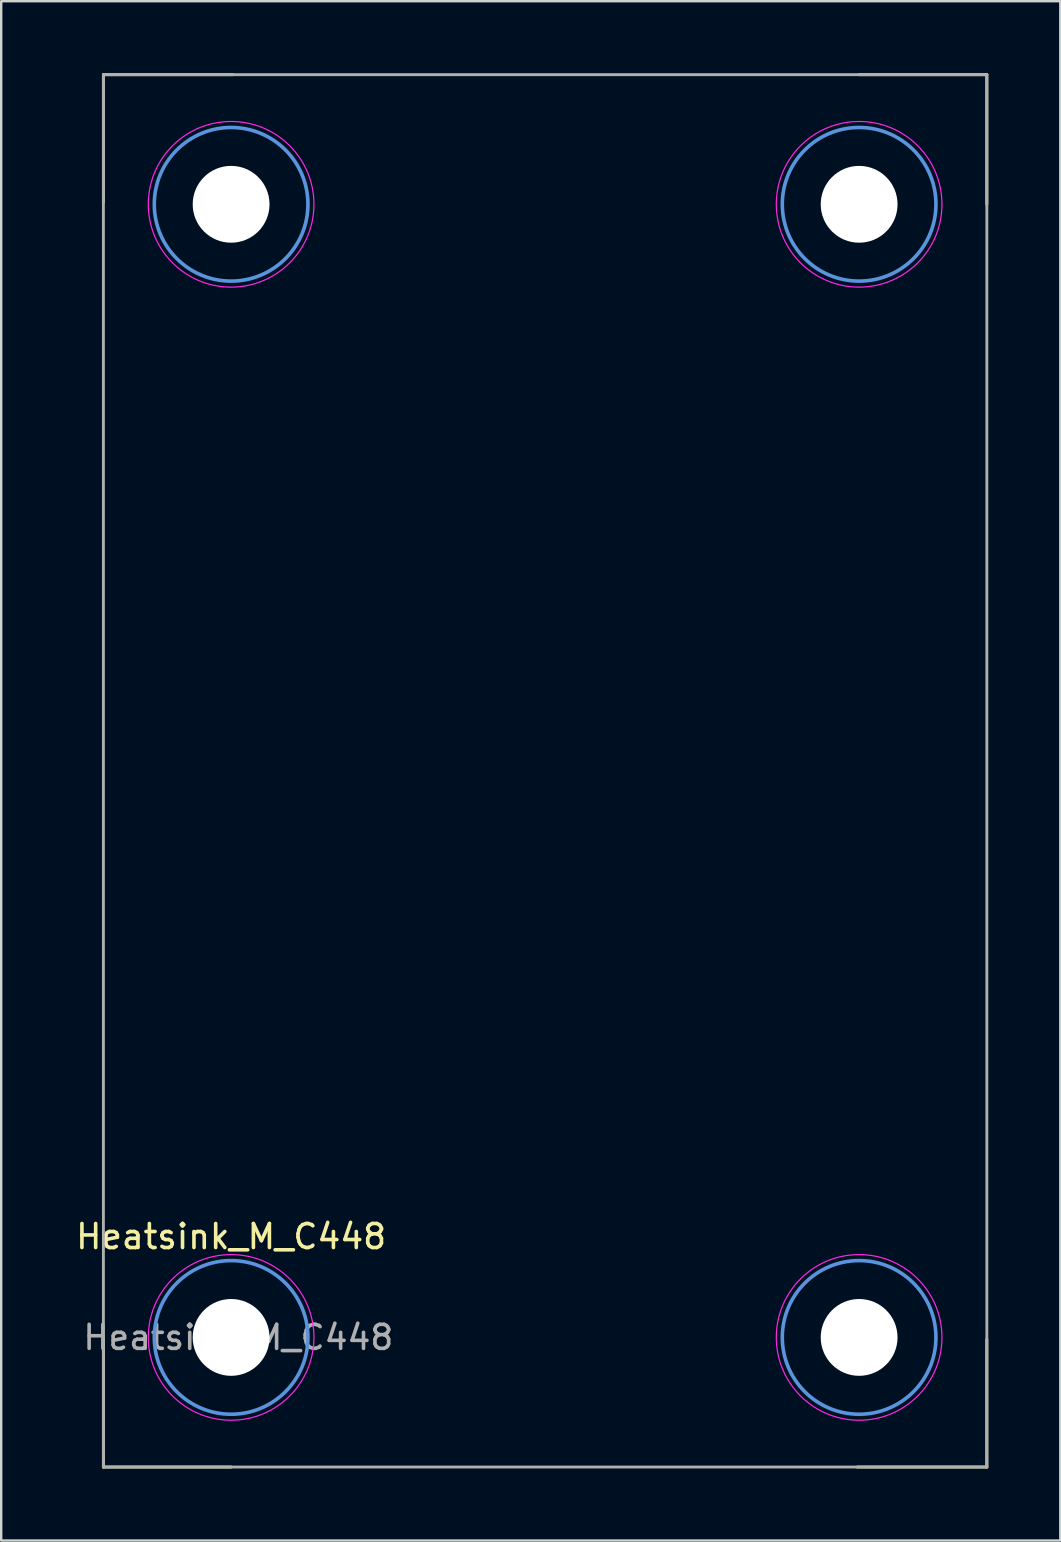
<source format=kicad_pcb>
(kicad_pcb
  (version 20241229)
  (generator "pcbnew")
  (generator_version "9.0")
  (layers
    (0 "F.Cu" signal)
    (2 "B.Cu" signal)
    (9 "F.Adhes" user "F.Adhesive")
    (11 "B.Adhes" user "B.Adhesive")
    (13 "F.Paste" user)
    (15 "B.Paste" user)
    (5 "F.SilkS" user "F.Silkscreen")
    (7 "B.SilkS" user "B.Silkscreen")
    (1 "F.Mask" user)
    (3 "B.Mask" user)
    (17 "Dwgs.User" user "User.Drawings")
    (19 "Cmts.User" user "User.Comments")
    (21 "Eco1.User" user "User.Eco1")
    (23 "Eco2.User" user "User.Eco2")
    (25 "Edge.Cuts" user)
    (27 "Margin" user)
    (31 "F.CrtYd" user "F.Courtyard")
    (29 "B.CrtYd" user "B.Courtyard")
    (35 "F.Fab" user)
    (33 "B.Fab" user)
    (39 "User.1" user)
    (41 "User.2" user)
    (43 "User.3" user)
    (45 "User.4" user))
  (footprint "Heatsink_M_C448"
    (layer "F.Cu")
    (at 6.577 52.66)
    (property "Reference" "Heatsink_M_C448" (at 0 -4.2 0) (layer "F.SilkS") (effects (font (size 1 1) (thickness 0.15))))
    (attr exclude_from_pos_files exclude_from_bom)
    (fp_line (start -5.32 -52.6) (end -5.32 -47.28) (stroke (width 0.12) (type solid)) (layer "F.SilkS"))
    (fp_line (start -5.32 -52.6) (end 0.08 -52.6) (stroke (width 0.12) (type solid)) (layer "F.SilkS"))
    (fp_line (start -5.32 5.4) (end -5.32 0) (stroke (width 0.12) (type solid)) (layer "F.SilkS"))
    (fp_line (start -5.32 5.4) (end 0 5.4) (stroke (width 0.12) (type solid)) (layer "F.SilkS"))
    (fp_line (start 31.48 -52.6) (end 26.16 -52.6) (stroke (width 0.12) (type solid)) (layer "F.SilkS"))
    (fp_line (start 31.48 -52.6) (end 31.48 -47.2) (stroke (width 0.12) (type solid)) (layer "F.SilkS"))
    (fp_line (start 31.48 5.4) (end 26.08 5.4) (stroke (width 0.12) (type solid)) (layer "F.SilkS"))
    (fp_line (start 31.48 5.4) (end 31.48 0.08) (stroke (width 0.12) (type solid)) (layer "F.SilkS"))
    (fp_circle (center 0 -47.2) (end 3.2 -47.2) (stroke (width 0.15) (type solid)) (fill no) (layer "Cmts.User"))
    (fp_circle (center 0 0) (end 3.2 0) (stroke (width 0.15) (type solid)) (fill no) (layer "Cmts.User"))
    (fp_circle (center 26.16 -47.2) (end 29.36 -47.2) (stroke (width 0.15) (type solid)) (fill no) (layer "Cmts.User"))
    (fp_circle (center 26.16 0) (end 29.36 0) (stroke (width 0.15) (type solid)) (fill no) (layer "Cmts.User"))
    (fp_circle (center 0 -47.2) (end 3.45 -47.2) (stroke (width 0.05) (type solid)) (fill no) (layer "F.CrtYd"))
    (fp_circle (center 0 0) (end 3.45 0) (stroke (width 0.05) (type solid)) (fill no) (layer "F.CrtYd"))
    (fp_circle (center 26.16 -47.2) (end 29.61 -47.2) (stroke (width 0.05) (type solid)) (fill no) (layer "F.CrtYd"))
    (fp_circle (center 26.16 0) (end 29.61 0) (stroke (width 0.05) (type solid)) (fill no) (layer "F.CrtYd"))
    (fp_line (start -5.32 -52.6) (end 31.48 -52.6) (stroke (width 0.12) (type solid)) (layer "F.Fab"))
    (fp_line (start -5.32 5.4) (end -5.32 -52.6) (stroke (width 0.12) (type solid)) (layer "F.Fab"))
    (fp_line (start 31.48 -52.6) (end 31.48 5.4) (stroke (width 0.12) (type solid)) (layer "F.Fab"))
    (fp_line (start 31.48 5.4) (end -5.32 5.4) (stroke (width 0.12) (type solid)) (layer "F.Fab"))
    (fp_text user "${REFERENCE}" (at 0.3 0 0) (layer "F.Fab") (effects (font (size 1 1) (thickness 0.15))))
    (pad "" np_thru_hole circle (at 0 -47.2) (size 3.2 3.2) (drill 3.2) (layers "*.Cu" "*.Mask"))
    (pad "" np_thru_hole circle (at 0 0) (size 3.2 3.2) (drill 3.2) (layers "*.Cu" "*.Mask"))
    (pad "" np_thru_hole circle (at 26.16 -47.2) (size 3.2 3.2) (drill 3.2) (layers "*.Cu" "*.Mask"))
    (pad "" np_thru_hole circle (at 26.16 0) (size 3.2 3.2) (drill 3.2) (layers "*.Cu" "*.Mask")))
  (gr_rect
    (start -3 -3)
    (end 41.117 61.12)
    (stroke (width 0.1) (type default))
    (fill no)
    (layer "Edge.Cuts")))
</source>
